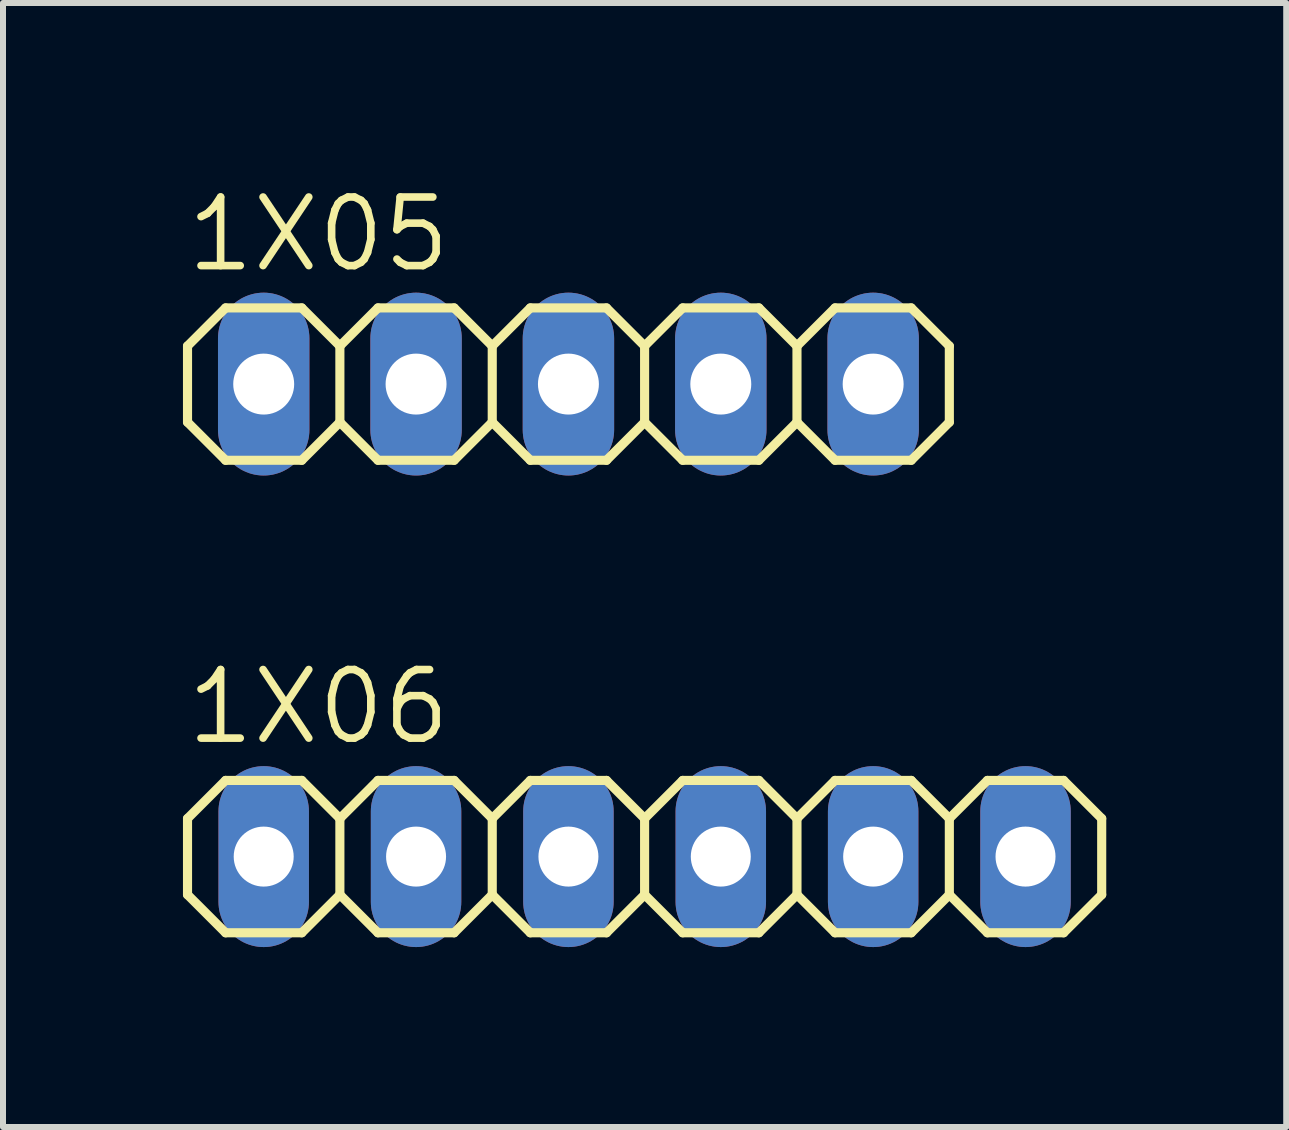
<source format=kicad_pcb>
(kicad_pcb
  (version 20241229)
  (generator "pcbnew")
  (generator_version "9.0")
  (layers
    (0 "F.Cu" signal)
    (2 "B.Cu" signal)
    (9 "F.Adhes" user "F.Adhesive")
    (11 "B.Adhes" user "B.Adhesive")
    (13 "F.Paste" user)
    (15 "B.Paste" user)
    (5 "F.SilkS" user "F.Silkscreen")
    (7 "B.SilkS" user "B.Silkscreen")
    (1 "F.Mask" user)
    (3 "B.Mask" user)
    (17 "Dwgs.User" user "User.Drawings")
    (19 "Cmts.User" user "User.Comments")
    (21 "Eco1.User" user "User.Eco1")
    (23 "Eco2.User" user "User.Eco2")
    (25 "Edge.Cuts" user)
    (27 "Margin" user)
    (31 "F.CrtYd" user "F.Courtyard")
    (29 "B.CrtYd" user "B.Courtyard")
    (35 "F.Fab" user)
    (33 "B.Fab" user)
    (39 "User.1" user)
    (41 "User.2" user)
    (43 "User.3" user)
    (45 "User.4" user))
  (footprint "1X05"
    (layer "F.Cu")
    (at 6.426 3.353)
    (property "Reference" "1X05" (at -6.426 -1.829 0) (unlocked yes) (layer "F.SilkS") (effects (font (size 1.143 1.143) (thickness 0.127)) (justify left bottom)))
    (fp_line (start -6.35 -0.635) (end -6.35 0.635) (stroke (width 0.152) (type solid)) (layer "F.SilkS"))
    (fp_line (start -6.35 0.635) (end -5.715 1.27) (stroke (width 0.152) (type solid)) (layer "F.SilkS"))
    (fp_line (start -5.715 -1.27) (end -6.35 -0.635) (stroke (width 0.152) (type solid)) (layer "F.SilkS"))
    (fp_line (start -5.715 -1.27) (end -4.445 -1.27) (stroke (width 0.152) (type solid)) (layer "F.SilkS"))
    (fp_line (start -4.445 -1.27) (end -3.81 -0.635) (stroke (width 0.152) (type solid)) (layer "F.SilkS"))
    (fp_line (start -4.445 1.27) (end -5.715 1.27) (stroke (width 0.152) (type solid)) (layer "F.SilkS"))
    (fp_line (start -3.81 -0.635) (end -3.81 0.635) (stroke (width 0.152) (type solid)) (layer "F.SilkS"))
    (fp_line (start -3.81 -0.635) (end -3.175 -1.27) (stroke (width 0.152) (type solid)) (layer "F.SilkS"))
    (fp_line (start -3.81 0.635) (end -4.445 1.27) (stroke (width 0.152) (type solid)) (layer "F.SilkS"))
    (fp_line (start -3.175 -1.27) (end -1.905 -1.27) (stroke (width 0.152) (type solid)) (layer "F.SilkS"))
    (fp_line (start -3.175 1.27) (end -3.81 0.635) (stroke (width 0.152) (type solid)) (layer "F.SilkS"))
    (fp_line (start -1.905 -1.27) (end -1.27 -0.635) (stroke (width 0.152) (type solid)) (layer "F.SilkS"))
    (fp_line (start -1.905 1.27) (end -3.175 1.27) (stroke (width 0.152) (type solid)) (layer "F.SilkS"))
    (fp_line (start -1.27 -0.635) (end -1.27 0.635) (stroke (width 0.152) (type solid)) (layer "F.SilkS"))
    (fp_line (start -1.27 -0.635) (end -0.635 -1.27) (stroke (width 0.152) (type solid)) (layer "F.SilkS"))
    (fp_line (start -1.27 0.635) (end -1.905 1.27) (stroke (width 0.152) (type solid)) (layer "F.SilkS"))
    (fp_line (start -0.635 -1.27) (end 0.635 -1.27) (stroke (width 0.152) (type solid)) (layer "F.SilkS"))
    (fp_line (start -0.635 1.27) (end -1.27 0.635) (stroke (width 0.152) (type solid)) (layer "F.SilkS"))
    (fp_line (start 0.635 -1.27) (end 1.27 -0.635) (stroke (width 0.152) (type solid)) (layer "F.SilkS"))
    (fp_line (start 0.635 1.27) (end -0.635 1.27) (stroke (width 0.152) (type solid)) (layer "F.SilkS"))
    (fp_line (start 1.27 -0.635) (end 1.27 0.635) (stroke (width 0.152) (type solid)) (layer "F.SilkS"))
    (fp_line (start 1.27 0.635) (end 0.635 1.27) (stroke (width 0.152) (type solid)) (layer "F.SilkS"))
    (fp_line (start 1.27 0.635) (end 1.905 1.27) (stroke (width 0.152) (type solid)) (layer "F.SilkS"))
    (fp_line (start 1.905 -1.27) (end 1.27 -0.635) (stroke (width 0.152) (type solid)) (layer "F.SilkS"))
    (fp_line (start 1.905 -1.27) (end 3.175 -1.27) (stroke (width 0.152) (type solid)) (layer "F.SilkS"))
    (fp_line (start 3.175 -1.27) (end 3.81 -0.635) (stroke (width 0.152) (type solid)) (layer "F.SilkS"))
    (fp_line (start 3.175 1.27) (end 1.905 1.27) (stroke (width 0.152) (type solid)) (layer "F.SilkS"))
    (fp_line (start 3.81 -0.635) (end 3.81 0.635) (stroke (width 0.152) (type solid)) (layer "F.SilkS"))
    (fp_line (start 3.81 0.635) (end 3.175 1.27) (stroke (width 0.152) (type solid)) (layer "F.SilkS"))
    (fp_line (start 3.81 0.635) (end 4.445 1.27) (stroke (width 0.152) (type solid)) (layer "F.SilkS"))
    (fp_line (start 4.445 -1.27) (end 3.81 -0.635) (stroke (width 0.152) (type solid)) (layer "F.SilkS"))
    (fp_line (start 4.445 -1.27) (end 5.715 -1.27) (stroke (width 0.152) (type solid)) (layer "F.SilkS"))
    (fp_line (start 5.715 -1.27) (end 6.35 -0.635) (stroke (width 0.152) (type solid)) (layer "F.SilkS"))
    (fp_line (start 5.715 1.27) (end 4.445 1.27) (stroke (width 0.152) (type solid)) (layer "F.SilkS"))
    (fp_line (start 6.35 -0.635) (end 6.35 0.635) (stroke (width 0.152) (type solid)) (layer "F.SilkS"))
    (fp_line (start 6.35 0.635) (end 5.715 1.27) (stroke (width 0.152) (type solid)) (layer "F.SilkS"))
    (fp_poly (pts (xy -5.334 0.254) (xy -4.826 0.254) (xy -4.826 -0.254) (xy -5.334 -0.254)) (stroke (width 0.1) (type default)) (fill no) (layer "F.Fab"))
    (fp_poly (pts (xy -2.794 0.254) (xy -2.286 0.254) (xy -2.286 -0.254) (xy -2.794 -0.254)) (stroke (width 0.1) (type default)) (fill no) (layer "F.Fab"))
    (fp_poly (pts (xy -0.254 0.254) (xy 0.254 0.254) (xy 0.254 -0.254) (xy -0.254 -0.254)) (stroke (width 0.1) (type default)) (fill no) (layer "F.Fab"))
    (fp_poly (pts (xy 2.286 0.254) (xy 2.794 0.254) (xy 2.794 -0.254) (xy 2.286 -0.254)) (stroke (width 0.1) (type default)) (fill no) (layer "F.Fab"))
    (fp_poly (pts (xy 4.826 0.254) (xy 5.334 0.254) (xy 5.334 -0.254) (xy 4.826 -0.254)) (stroke (width 0.1) (type default)) (fill no) (layer "F.Fab"))
    (pad "1" thru_hole oval (at -5.08 0 90) (size 3.048 1.524) (drill 1.016) (layers "*.Cu" "*.Mask"))
    (pad "2" thru_hole oval (at -2.54 0 90) (size 3.048 1.524) (drill 1.016) (layers "*.Cu" "*.Mask"))
    (pad "3" thru_hole oval (at 0 0 90) (size 3.048 1.524) (drill 1.016) (layers "*.Cu" "*.Mask"))
    (pad "4" thru_hole oval (at 2.54 0 90) (size 3.048 1.524) (drill 1.016) (layers "*.Cu" "*.Mask"))
    (pad "5" thru_hole oval (at 5.08 0 90) (size 3.048 1.524) (drill 1.016) (layers "*.Cu" "*.Mask")))
  (footprint "1X06"
    (layer "F.Cu")
    (at 7.696 11.23)
    (property "Reference" "1X06" (at -7.696 -1.829 0) (unlocked yes) (layer "F.SilkS") (effects (font (size 1.143 1.143) (thickness 0.127)) (justify left bottom)))
    (fp_line (start -7.62 -0.635) (end -7.62 0.635) (stroke (width 0.152) (type solid)) (layer "F.SilkS"))
    (fp_line (start -7.62 0.635) (end -6.985 1.27) (stroke (width 0.152) (type solid)) (layer "F.SilkS"))
    (fp_line (start -6.985 -1.27) (end -7.62 -0.635) (stroke (width 0.152) (type solid)) (layer "F.SilkS"))
    (fp_line (start -6.985 -1.27) (end -5.715 -1.27) (stroke (width 0.152) (type solid)) (layer "F.SilkS"))
    (fp_line (start -5.715 -1.27) (end -5.08 -0.635) (stroke (width 0.152) (type solid)) (layer "F.SilkS"))
    (fp_line (start -5.715 1.27) (end -6.985 1.27) (stroke (width 0.152) (type solid)) (layer "F.SilkS"))
    (fp_line (start -5.08 -0.635) (end -5.08 0.635) (stroke (width 0.152) (type solid)) (layer "F.SilkS"))
    (fp_line (start -5.08 -0.635) (end -4.445 -1.27) (stroke (width 0.152) (type solid)) (layer "F.SilkS"))
    (fp_line (start -5.08 0.635) (end -5.715 1.27) (stroke (width 0.152) (type solid)) (layer "F.SilkS"))
    (fp_line (start -4.445 -1.27) (end -3.175 -1.27) (stroke (width 0.152) (type solid)) (layer "F.SilkS"))
    (fp_line (start -4.445 1.27) (end -5.08 0.635) (stroke (width 0.152) (type solid)) (layer "F.SilkS"))
    (fp_line (start -3.175 -1.27) (end -2.54 -0.635) (stroke (width 0.152) (type solid)) (layer "F.SilkS"))
    (fp_line (start -3.175 1.27) (end -4.445 1.27) (stroke (width 0.152) (type solid)) (layer "F.SilkS"))
    (fp_line (start -2.54 -0.635) (end -2.54 0.635) (stroke (width 0.152) (type solid)) (layer "F.SilkS"))
    (fp_line (start -2.54 -0.635) (end -1.905 -1.27) (stroke (width 0.152) (type solid)) (layer "F.SilkS"))
    (fp_line (start -2.54 0.635) (end -3.175 1.27) (stroke (width 0.152) (type solid)) (layer "F.SilkS"))
    (fp_line (start -1.905 -1.27) (end -0.635 -1.27) (stroke (width 0.152) (type solid)) (layer "F.SilkS"))
    (fp_line (start -1.905 1.27) (end -2.54 0.635) (stroke (width 0.152) (type solid)) (layer "F.SilkS"))
    (fp_line (start -0.635 -1.27) (end 0 -0.635) (stroke (width 0.152) (type solid)) (layer "F.SilkS"))
    (fp_line (start -0.635 1.27) (end -1.905 1.27) (stroke (width 0.152) (type solid)) (layer "F.SilkS"))
    (fp_line (start 0 -0.635) (end 0 0.635) (stroke (width 0.152) (type solid)) (layer "F.SilkS"))
    (fp_line (start 0 0.635) (end -0.635 1.27) (stroke (width 0.152) (type solid)) (layer "F.SilkS"))
    (fp_line (start 0 0.635) (end 0.635 1.27) (stroke (width 0.152) (type solid)) (layer "F.SilkS"))
    (fp_line (start 0.635 -1.27) (end 0 -0.635) (stroke (width 0.152) (type solid)) (layer "F.SilkS"))
    (fp_line (start 0.635 -1.27) (end 1.905 -1.27) (stroke (width 0.152) (type solid)) (layer "F.SilkS"))
    (fp_line (start 1.905 -1.27) (end 2.54 -0.635) (stroke (width 0.152) (type solid)) (layer "F.SilkS"))
    (fp_line (start 1.905 1.27) (end 0.635 1.27) (stroke (width 0.152) (type solid)) (layer "F.SilkS"))
    (fp_line (start 2.54 -0.635) (end 2.54 0.635) (stroke (width 0.152) (type solid)) (layer "F.SilkS"))
    (fp_line (start 2.54 -0.635) (end 3.175 -1.27) (stroke (width 0.152) (type solid)) (layer "F.SilkS"))
    (fp_line (start 2.54 0.635) (end 1.905 1.27) (stroke (width 0.152) (type solid)) (layer "F.SilkS"))
    (fp_line (start 3.175 -1.27) (end 4.445 -1.27) (stroke (width 0.152) (type solid)) (layer "F.SilkS"))
    (fp_line (start 3.175 1.27) (end 2.54 0.635) (stroke (width 0.152) (type solid)) (layer "F.SilkS"))
    (fp_line (start 4.445 -1.27) (end 5.08 -0.635) (stroke (width 0.152) (type solid)) (layer "F.SilkS"))
    (fp_line (start 4.445 1.27) (end 3.175 1.27) (stroke (width 0.152) (type solid)) (layer "F.SilkS"))
    (fp_line (start 5.08 -0.635) (end 5.08 0.635) (stroke (width 0.152) (type solid)) (layer "F.SilkS"))
    (fp_line (start 5.08 0.635) (end 4.445 1.27) (stroke (width 0.152) (type solid)) (layer "F.SilkS"))
    (fp_line (start 5.08 0.635) (end 5.715 1.27) (stroke (width 0.152) (type solid)) (layer "F.SilkS"))
    (fp_line (start 5.715 -1.27) (end 5.08 -0.635) (stroke (width 0.152) (type solid)) (layer "F.SilkS"))
    (fp_line (start 5.715 -1.27) (end 6.985 -1.27) (stroke (width 0.152) (type solid)) (layer "F.SilkS"))
    (fp_line (start 6.985 -1.27) (end 7.62 -0.635) (stroke (width 0.152) (type solid)) (layer "F.SilkS"))
    (fp_line (start 6.985 1.27) (end 5.715 1.27) (stroke (width 0.152) (type solid)) (layer "F.SilkS"))
    (fp_line (start 7.62 -0.635) (end 7.62 0.635) (stroke (width 0.152) (type solid)) (layer "F.SilkS"))
    (fp_line (start 7.62 0.635) (end 6.985 1.27) (stroke (width 0.152) (type solid)) (layer "F.SilkS"))
    (fp_poly (pts (xy -6.604 0.254) (xy -6.096 0.254) (xy -6.096 -0.254) (xy -6.604 -0.254)) (stroke (width 0.1) (type default)) (fill no) (layer "F.Fab"))
    (fp_poly (pts (xy -4.064 0.254) (xy -3.556 0.254) (xy -3.556 -0.254) (xy -4.064 -0.254)) (stroke (width 0.1) (type default)) (fill no) (layer "F.Fab"))
    (fp_poly (pts (xy -1.524 0.254) (xy -1.016 0.254) (xy -1.016 -0.254) (xy -1.524 -0.254)) (stroke (width 0.1) (type default)) (fill no) (layer "F.Fab"))
    (fp_poly (pts (xy 1.016 0.254) (xy 1.524 0.254) (xy 1.524 -0.254) (xy 1.016 -0.254)) (stroke (width 0.1) (type default)) (fill no) (layer "F.Fab"))
    (fp_poly (pts (xy 3.556 0.254) (xy 4.064 0.254) (xy 4.064 -0.254) (xy 3.556 -0.254)) (stroke (width 0.1) (type default)) (fill no) (layer "F.Fab"))
    (fp_poly (pts (xy 6.096 0.254) (xy 6.604 0.254) (xy 6.604 -0.254) (xy 6.096 -0.254)) (stroke (width 0.1) (type default)) (fill no) (layer "F.Fab"))
    (pad "1" thru_hole oval (at -6.35 0 90) (size 3.016 1.508) (drill 1) (layers "*.Cu" "*.Mask"))
    (pad "2" thru_hole oval (at -3.81 0 90) (size 3.016 1.508) (drill 1) (layers "*.Cu" "*.Mask"))
    (pad "3" thru_hole oval (at -1.27 0 90) (size 3.016 1.508) (drill 1) (layers "*.Cu" "*.Mask"))
    (pad "4" thru_hole oval (at 1.27 0 90) (size 3.016 1.508) (drill 1) (layers "*.Cu" "*.Mask"))
    (pad "5" thru_hole oval (at 3.81 0 90) (size 3.016 1.508) (drill 1) (layers "*.Cu" "*.Mask"))
    (pad "6" thru_hole oval (at 6.35 0 90) (size 3.016 1.508) (drill 1) (layers "*.Cu" "*.Mask")))
  (gr_rect
    (start -3 -3)
    (end 18.392 15.738)
    (stroke (width 0.1) (type default))
    (fill no)
    (layer "Edge.Cuts")))
</source>
